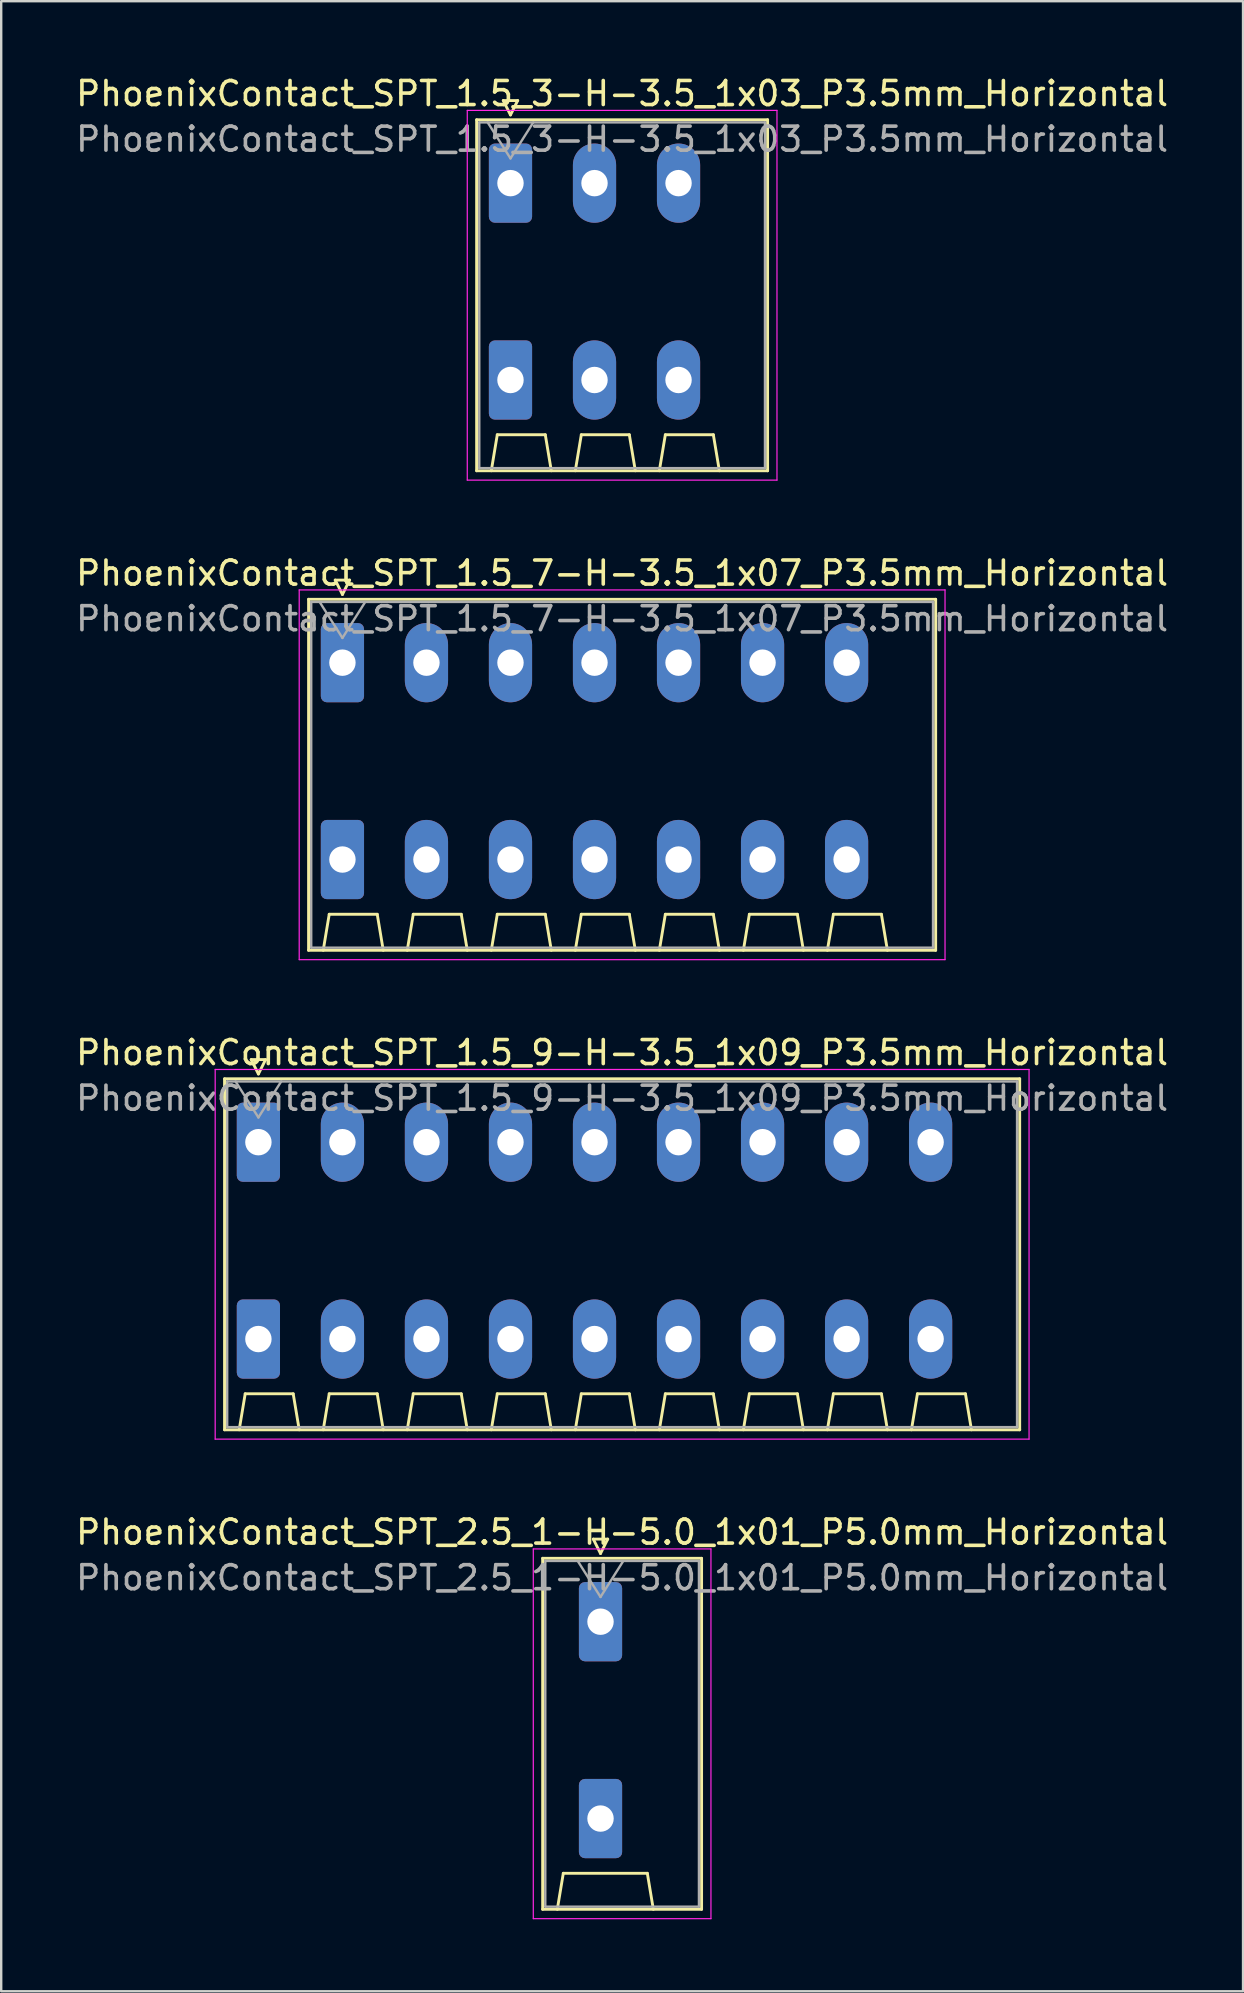
<source format=kicad_pcb>
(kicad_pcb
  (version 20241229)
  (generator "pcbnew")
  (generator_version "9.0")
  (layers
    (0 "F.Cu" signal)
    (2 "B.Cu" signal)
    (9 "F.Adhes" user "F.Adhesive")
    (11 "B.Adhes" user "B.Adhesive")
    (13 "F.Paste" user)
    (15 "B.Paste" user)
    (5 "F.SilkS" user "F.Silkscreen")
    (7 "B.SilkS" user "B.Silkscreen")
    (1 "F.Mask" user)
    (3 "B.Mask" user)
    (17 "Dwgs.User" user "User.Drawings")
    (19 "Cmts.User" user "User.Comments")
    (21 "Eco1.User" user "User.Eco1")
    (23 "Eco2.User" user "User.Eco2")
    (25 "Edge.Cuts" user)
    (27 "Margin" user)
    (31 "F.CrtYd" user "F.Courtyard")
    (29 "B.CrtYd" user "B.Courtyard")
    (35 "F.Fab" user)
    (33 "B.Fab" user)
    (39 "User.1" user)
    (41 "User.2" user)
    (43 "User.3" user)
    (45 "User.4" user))
  (footprint "PhoenixContact_SPT_1.5_3-H-3.5_1x03_P3.5mm_Horizontal"
    (layer "F.Cu")
    (at 18.213 4.578)
    (property "Reference" "PhoenixContact_SPT_1.5_3-H-3.5_1x03_P3.5mm_Horizontal" (at 4.65 -3.73 0) (layer "F.SilkS") (effects (font (size 1 1) (thickness 0.15))))
    (attr through_hole)
    (fp_line (start -1.41 -2.64) (end 10.71 -2.64) (stroke (width 0.12) (type solid)) (layer "F.SilkS"))
    (fp_line (start -1.41 11.98) (end -1.41 -2.64) (stroke (width 0.12) (type solid)) (layer "F.SilkS"))
    (fp_line (start -0.8 11.98) (end -0.55 10.48) (stroke (width 0.12) (type solid)) (layer "F.SilkS"))
    (fp_line (start -0.55 10.48) (end 1.45 10.48) (stroke (width 0.12) (type solid)) (layer "F.SilkS"))
    (fp_line (start -0.3 -3.44) (end 0 -2.84) (stroke (width 0.12) (type solid)) (layer "F.SilkS"))
    (fp_line (start -0.3 -3.44) (end 0.3 -3.44) (stroke (width 0.12) (type solid)) (layer "F.SilkS"))
    (fp_line (start 0.3 -3.44) (end 0 -2.84) (stroke (width 0.12) (type solid)) (layer "F.SilkS"))
    (fp_line (start 1.7 11.98) (end 1.45 10.48) (stroke (width 0.12) (type solid)) (layer "F.SilkS"))
    (fp_line (start 2.7 11.98) (end 2.95 10.48) (stroke (width 0.12) (type solid)) (layer "F.SilkS"))
    (fp_line (start 2.95 10.48) (end 4.95 10.48) (stroke (width 0.12) (type solid)) (layer "F.SilkS"))
    (fp_line (start 5.2 11.98) (end 4.95 10.48) (stroke (width 0.12) (type solid)) (layer "F.SilkS"))
    (fp_line (start 6.2 11.98) (end 6.45 10.48) (stroke (width 0.12) (type solid)) (layer "F.SilkS"))
    (fp_line (start 6.45 10.48) (end 8.45 10.48) (stroke (width 0.12) (type solid)) (layer "F.SilkS"))
    (fp_line (start 8.7 11.98) (end 8.45 10.48) (stroke (width 0.12) (type solid)) (layer "F.SilkS"))
    (fp_line (start 10.71 -2.64) (end 10.71 11.98) (stroke (width 0.12) (type solid)) (layer "F.SilkS"))
    (fp_line (start 10.71 11.98) (end -1.41 11.98) (stroke (width 0.12) (type solid)) (layer "F.SilkS"))
    (fp_line (start -1.8 -3.03) (end -1.8 12.37) (stroke (width 0.05) (type solid)) (layer "F.CrtYd"))
    (fp_line (start -1.8 12.37) (end 11.1 12.37) (stroke (width 0.05) (type solid)) (layer "F.CrtYd"))
    (fp_line (start 11.1 -3.03) (end -1.8 -3.03) (stroke (width 0.05) (type solid)) (layer "F.CrtYd"))
    (fp_line (start 11.1 12.37) (end 11.1 -3.03) (stroke (width 0.05) (type solid)) (layer "F.CrtYd"))
    (fp_line (start -1.3 -2.53) (end -1.3 11.87) (stroke (width 0.1) (type solid)) (layer "F.Fab"))
    (fp_line (start -1.3 11.87) (end 10.6 11.87) (stroke (width 0.1) (type solid)) (layer "F.Fab"))
    (fp_line (start -0.95 -2.53) (end 0 -1.03) (stroke (width 0.1) (type solid)) (layer "F.Fab"))
    (fp_line (start 0.95 -2.53) (end 0 -1.03) (stroke (width 0.1) (type solid)) (layer "F.Fab"))
    (fp_line (start 10.6 -2.53) (end -1.3 -2.53) (stroke (width 0.1) (type solid)) (layer "F.Fab"))
    (fp_line (start 10.6 11.87) (end 10.6 -2.53) (stroke (width 0.1) (type solid)) (layer "F.Fab"))
    (fp_text user "${REFERENCE}" (at 4.65 -1.83 0) (layer "F.Fab") (effects (font (size 1 1) (thickness 0.15))))
    (pad "1" thru_hole roundrect (at 0 0) (size 1.8 3.3) (drill 1.1) (layers "*.Cu" "*.Mask") (roundrect_rratio 0.139))
    (pad "1" thru_hole roundrect (at 0 8.2) (size 1.8 3.3) (drill 1.1) (layers "*.Cu" "*.Mask") (roundrect_rratio 0.139))
    (pad "2" thru_hole oval (at 3.5 0) (size 1.8 3.3) (drill 1.1) (layers "*.Cu" "*.Mask"))
    (pad "2" thru_hole oval (at 3.5 8.2) (size 1.8 3.3) (drill 1.1) (layers "*.Cu" "*.Mask"))
    (pad "3" thru_hole oval (at 7 0) (size 1.8 3.3) (drill 1.1) (layers "*.Cu" "*.Mask"))
    (pad "3" thru_hole oval (at 7 8.2) (size 1.8 3.3) (drill 1.1) (layers "*.Cu" "*.Mask")))
  (footprint "PhoenixContact_SPT_2.5_1-H-5.0_1x01_P5.0mm_Horizontal"
    (layer "F.Cu")
    (at 21.963 64.498)
    (property "Reference" "PhoenixContact_SPT_2.5_1-H-5.0_1x01_P5.0mm_Horizontal" (at 0.9 -3.73 0) (layer "F.SilkS") (effects (font (size 1 1) (thickness 0.15))))
    (attr through_hole)
    (fp_line (start -2.41 -2.64) (end 4.21 -2.64) (stroke (width 0.12) (type solid)) (layer "F.SilkS"))
    (fp_line (start -2.41 11.98) (end -2.41 -2.64) (stroke (width 0.12) (type solid)) (layer "F.SilkS"))
    (fp_line (start -1.8 11.98) (end -1.55 10.48) (stroke (width 0.12) (type solid)) (layer "F.SilkS"))
    (fp_line (start -1.55 10.48) (end 1.95 10.48) (stroke (width 0.12) (type solid)) (layer "F.SilkS"))
    (fp_line (start -0.3 -3.44) (end 0 -2.84) (stroke (width 0.12) (type solid)) (layer "F.SilkS"))
    (fp_line (start -0.3 -3.44) (end 0.3 -3.44) (stroke (width 0.12) (type solid)) (layer "F.SilkS"))
    (fp_line (start 0.3 -3.44) (end 0 -2.84) (stroke (width 0.12) (type solid)) (layer "F.SilkS"))
    (fp_line (start 2.2 11.98) (end 1.95 10.48) (stroke (width 0.12) (type solid)) (layer "F.SilkS"))
    (fp_line (start 4.21 -2.64) (end 4.21 11.98) (stroke (width 0.12) (type solid)) (layer "F.SilkS"))
    (fp_line (start 4.21 11.98) (end -2.41 11.98) (stroke (width 0.12) (type solid)) (layer "F.SilkS"))
    (fp_line (start -2.8 -3.03) (end -2.8 12.37) (stroke (width 0.05) (type solid)) (layer "F.CrtYd"))
    (fp_line (start -2.8 12.37) (end 4.6 12.37) (stroke (width 0.05) (type solid)) (layer "F.CrtYd"))
    (fp_line (start 4.6 -3.03) (end -2.8 -3.03) (stroke (width 0.05) (type solid)) (layer "F.CrtYd"))
    (fp_line (start 4.6 12.37) (end 4.6 -3.03) (stroke (width 0.05) (type solid)) (layer "F.CrtYd"))
    (fp_line (start -2.3 -2.53) (end -2.3 11.87) (stroke (width 0.1) (type solid)) (layer "F.Fab"))
    (fp_line (start -2.3 11.87) (end 4.1 11.87) (stroke (width 0.1) (type solid)) (layer "F.Fab"))
    (fp_line (start -0.95 -2.53) (end 0 -1.03) (stroke (width 0.1) (type solid)) (layer "F.Fab"))
    (fp_line (start 0.95 -2.53) (end 0 -1.03) (stroke (width 0.1) (type solid)) (layer "F.Fab"))
    (fp_line (start 4.1 -2.53) (end -2.3 -2.53) (stroke (width 0.1) (type solid)) (layer "F.Fab"))
    (fp_line (start 4.1 11.87) (end 4.1 -2.53) (stroke (width 0.1) (type solid)) (layer "F.Fab"))
    (fp_text user "${REFERENCE}" (at 0.9 -1.83 0) (layer "F.Fab") (effects (font (size 1 1) (thickness 0.15))))
    (pad "1" thru_hole roundrect (at 0 0) (size 1.8 3.3) (drill 1.1) (layers "*.Cu" "*.Mask") (roundrect_rratio 0.139))
    (pad "1" thru_hole roundrect (at 0 8.2) (size 1.8 3.3) (drill 1.1) (layers "*.Cu" "*.Mask") (roundrect_rratio 0.139)))
  (footprint "PhoenixContact_SPT_1.5_7-H-3.5_1x07_P3.5mm_Horizontal"
    (layer "F.Cu")
    (at 11.213 24.552)
    (property "Reference" "PhoenixContact_SPT_1.5_7-H-3.5_1x07_P3.5mm_Horizontal" (at 11.65 -3.73 0) (layer "F.SilkS") (effects (font (size 1 1) (thickness 0.15))))
    (attr through_hole)
    (fp_line (start -1.41 -2.64) (end 24.71 -2.64) (stroke (width 0.12) (type solid)) (layer "F.SilkS"))
    (fp_line (start -1.41 11.98) (end -1.41 -2.64) (stroke (width 0.12) (type solid)) (layer "F.SilkS"))
    (fp_line (start -0.8 11.98) (end -0.55 10.48) (stroke (width 0.12) (type solid)) (layer "F.SilkS"))
    (fp_line (start -0.55 10.48) (end 1.45 10.48) (stroke (width 0.12) (type solid)) (layer "F.SilkS"))
    (fp_line (start -0.3 -3.44) (end 0 -2.84) (stroke (width 0.12) (type solid)) (layer "F.SilkS"))
    (fp_line (start -0.3 -3.44) (end 0.3 -3.44) (stroke (width 0.12) (type solid)) (layer "F.SilkS"))
    (fp_line (start 0.3 -3.44) (end 0 -2.84) (stroke (width 0.12) (type solid)) (layer "F.SilkS"))
    (fp_line (start 1.7 11.98) (end 1.45 10.48) (stroke (width 0.12) (type solid)) (layer "F.SilkS"))
    (fp_line (start 2.7 11.98) (end 2.95 10.48) (stroke (width 0.12) (type solid)) (layer "F.SilkS"))
    (fp_line (start 2.95 10.48) (end 4.95 10.48) (stroke (width 0.12) (type solid)) (layer "F.SilkS"))
    (fp_line (start 5.2 11.98) (end 4.95 10.48) (stroke (width 0.12) (type solid)) (layer "F.SilkS"))
    (fp_line (start 6.2 11.98) (end 6.45 10.48) (stroke (width 0.12) (type solid)) (layer "F.SilkS"))
    (fp_line (start 6.45 10.48) (end 8.45 10.48) (stroke (width 0.12) (type solid)) (layer "F.SilkS"))
    (fp_line (start 8.7 11.98) (end 8.45 10.48) (stroke (width 0.12) (type solid)) (layer "F.SilkS"))
    (fp_line (start 9.7 11.98) (end 9.95 10.48) (stroke (width 0.12) (type solid)) (layer "F.SilkS"))
    (fp_line (start 9.95 10.48) (end 11.95 10.48) (stroke (width 0.12) (type solid)) (layer "F.SilkS"))
    (fp_line (start 12.2 11.98) (end 11.95 10.48) (stroke (width 0.12) (type solid)) (layer "F.SilkS"))
    (fp_line (start 13.2 11.98) (end 13.45 10.48) (stroke (width 0.12) (type solid)) (layer "F.SilkS"))
    (fp_line (start 13.45 10.48) (end 15.45 10.48) (stroke (width 0.12) (type solid)) (layer "F.SilkS"))
    (fp_line (start 15.7 11.98) (end 15.45 10.48) (stroke (width 0.12) (type solid)) (layer "F.SilkS"))
    (fp_line (start 16.7 11.98) (end 16.95 10.48) (stroke (width 0.12) (type solid)) (layer "F.SilkS"))
    (fp_line (start 16.95 10.48) (end 18.95 10.48) (stroke (width 0.12) (type solid)) (layer "F.SilkS"))
    (fp_line (start 19.2 11.98) (end 18.95 10.48) (stroke (width 0.12) (type solid)) (layer "F.SilkS"))
    (fp_line (start 20.2 11.98) (end 20.45 10.48) (stroke (width 0.12) (type solid)) (layer "F.SilkS"))
    (fp_line (start 20.45 10.48) (end 22.45 10.48) (stroke (width 0.12) (type solid)) (layer "F.SilkS"))
    (fp_line (start 22.7 11.98) (end 22.45 10.48) (stroke (width 0.12) (type solid)) (layer "F.SilkS"))
    (fp_line (start 24.71 -2.64) (end 24.71 11.98) (stroke (width 0.12) (type solid)) (layer "F.SilkS"))
    (fp_line (start 24.71 11.98) (end -1.41 11.98) (stroke (width 0.12) (type solid)) (layer "F.SilkS"))
    (fp_line (start -1.8 -3.03) (end -1.8 12.37) (stroke (width 0.05) (type solid)) (layer "F.CrtYd"))
    (fp_line (start -1.8 12.37) (end 25.1 12.37) (stroke (width 0.05) (type solid)) (layer "F.CrtYd"))
    (fp_line (start 25.1 -3.03) (end -1.8 -3.03) (stroke (width 0.05) (type solid)) (layer "F.CrtYd"))
    (fp_line (start 25.1 12.37) (end 25.1 -3.03) (stroke (width 0.05) (type solid)) (layer "F.CrtYd"))
    (fp_line (start -1.3 -2.53) (end -1.3 11.87) (stroke (width 0.1) (type solid)) (layer "F.Fab"))
    (fp_line (start -1.3 11.87) (end 24.6 11.87) (stroke (width 0.1) (type solid)) (layer "F.Fab"))
    (fp_line (start -0.95 -2.53) (end 0 -1.03) (stroke (width 0.1) (type solid)) (layer "F.Fab"))
    (fp_line (start 0.95 -2.53) (end 0 -1.03) (stroke (width 0.1) (type solid)) (layer "F.Fab"))
    (fp_line (start 24.6 -2.53) (end -1.3 -2.53) (stroke (width 0.1) (type solid)) (layer "F.Fab"))
    (fp_line (start 24.6 11.87) (end 24.6 -2.53) (stroke (width 0.1) (type solid)) (layer "F.Fab"))
    (fp_text user "${REFERENCE}" (at 11.65 -1.83 0) (layer "F.Fab") (effects (font (size 1 1) (thickness 0.15))))
    (pad "1" thru_hole roundrect (at 0 0) (size 1.8 3.3) (drill 1.1) (layers "*.Cu" "*.Mask") (roundrect_rratio 0.139))
    (pad "1" thru_hole roundrect (at 0 8.2) (size 1.8 3.3) (drill 1.1) (layers "*.Cu" "*.Mask") (roundrect_rratio 0.139))
    (pad "2" thru_hole oval (at 3.5 0) (size 1.8 3.3) (drill 1.1) (layers "*.Cu" "*.Mask"))
    (pad "2" thru_hole oval (at 3.5 8.2) (size 1.8 3.3) (drill 1.1) (layers "*.Cu" "*.Mask"))
    (pad "3" thru_hole oval (at 7 0) (size 1.8 3.3) (drill 1.1) (layers "*.Cu" "*.Mask"))
    (pad "3" thru_hole oval (at 7 8.2) (size 1.8 3.3) (drill 1.1) (layers "*.Cu" "*.Mask"))
    (pad "4" thru_hole oval (at 10.5 0) (size 1.8 3.3) (drill 1.1) (layers "*.Cu" "*.Mask"))
    (pad "4" thru_hole oval (at 10.5 8.2) (size 1.8 3.3) (drill 1.1) (layers "*.Cu" "*.Mask"))
    (pad "5" thru_hole oval (at 14 0) (size 1.8 3.3) (drill 1.1) (layers "*.Cu" "*.Mask"))
    (pad "5" thru_hole oval (at 14 8.2) (size 1.8 3.3) (drill 1.1) (layers "*.Cu" "*.Mask"))
    (pad "6" thru_hole oval (at 17.5 0) (size 1.8 3.3) (drill 1.1) (layers "*.Cu" "*.Mask"))
    (pad "6" thru_hole oval (at 17.5 8.2) (size 1.8 3.3) (drill 1.1) (layers "*.Cu" "*.Mask"))
    (pad "7" thru_hole oval (at 21 0) (size 1.8 3.3) (drill 1.1) (layers "*.Cu" "*.Mask"))
    (pad "7" thru_hole oval (at 21 8.2) (size 1.8 3.3) (drill 1.1) (layers "*.Cu" "*.Mask")))
  (footprint "PhoenixContact_SPT_1.5_9-H-3.5_1x09_P3.5mm_Horizontal"
    (layer "F.Cu")
    (at 7.713 44.525)
    (property "Reference" "PhoenixContact_SPT_1.5_9-H-3.5_1x09_P3.5mm_Horizontal" (at 15.15 -3.73 0) (layer "F.SilkS") (effects (font (size 1 1) (thickness 0.15))))
    (attr through_hole)
    (fp_line (start -1.41 -2.64) (end 31.71 -2.64) (stroke (width 0.12) (type solid)) (layer "F.SilkS"))
    (fp_line (start -1.41 11.98) (end -1.41 -2.64) (stroke (width 0.12) (type solid)) (layer "F.SilkS"))
    (fp_line (start -0.8 11.98) (end -0.55 10.48) (stroke (width 0.12) (type solid)) (layer "F.SilkS"))
    (fp_line (start -0.55 10.48) (end 1.45 10.48) (stroke (width 0.12) (type solid)) (layer "F.SilkS"))
    (fp_line (start -0.3 -3.44) (end 0 -2.84) (stroke (width 0.12) (type solid)) (layer "F.SilkS"))
    (fp_line (start -0.3 -3.44) (end 0.3 -3.44) (stroke (width 0.12) (type solid)) (layer "F.SilkS"))
    (fp_line (start 0.3 -3.44) (end 0 -2.84) (stroke (width 0.12) (type solid)) (layer "F.SilkS"))
    (fp_line (start 1.7 11.98) (end 1.45 10.48) (stroke (width 0.12) (type solid)) (layer "F.SilkS"))
    (fp_line (start 2.7 11.98) (end 2.95 10.48) (stroke (width 0.12) (type solid)) (layer "F.SilkS"))
    (fp_line (start 2.95 10.48) (end 4.95 10.48) (stroke (width 0.12) (type solid)) (layer "F.SilkS"))
    (fp_line (start 5.2 11.98) (end 4.95 10.48) (stroke (width 0.12) (type solid)) (layer "F.SilkS"))
    (fp_line (start 6.2 11.98) (end 6.45 10.48) (stroke (width 0.12) (type solid)) (layer "F.SilkS"))
    (fp_line (start 6.45 10.48) (end 8.45 10.48) (stroke (width 0.12) (type solid)) (layer "F.SilkS"))
    (fp_line (start 8.7 11.98) (end 8.45 10.48) (stroke (width 0.12) (type solid)) (layer "F.SilkS"))
    (fp_line (start 9.7 11.98) (end 9.95 10.48) (stroke (width 0.12) (type solid)) (layer "F.SilkS"))
    (fp_line (start 9.95 10.48) (end 11.95 10.48) (stroke (width 0.12) (type solid)) (layer "F.SilkS"))
    (fp_line (start 12.2 11.98) (end 11.95 10.48) (stroke (width 0.12) (type solid)) (layer "F.SilkS"))
    (fp_line (start 13.2 11.98) (end 13.45 10.48) (stroke (width 0.12) (type solid)) (layer "F.SilkS"))
    (fp_line (start 13.45 10.48) (end 15.45 10.48) (stroke (width 0.12) (type solid)) (layer "F.SilkS"))
    (fp_line (start 15.7 11.98) (end 15.45 10.48) (stroke (width 0.12) (type solid)) (layer "F.SilkS"))
    (fp_line (start 16.7 11.98) (end 16.95 10.48) (stroke (width 0.12) (type solid)) (layer "F.SilkS"))
    (fp_line (start 16.95 10.48) (end 18.95 10.48) (stroke (width 0.12) (type solid)) (layer "F.SilkS"))
    (fp_line (start 19.2 11.98) (end 18.95 10.48) (stroke (width 0.12) (type solid)) (layer "F.SilkS"))
    (fp_line (start 20.2 11.98) (end 20.45 10.48) (stroke (width 0.12) (type solid)) (layer "F.SilkS"))
    (fp_line (start 20.45 10.48) (end 22.45 10.48) (stroke (width 0.12) (type solid)) (layer "F.SilkS"))
    (fp_line (start 22.7 11.98) (end 22.45 10.48) (stroke (width 0.12) (type solid)) (layer "F.SilkS"))
    (fp_line (start 23.7 11.98) (end 23.95 10.48) (stroke (width 0.12) (type solid)) (layer "F.SilkS"))
    (fp_line (start 23.95 10.48) (end 25.95 10.48) (stroke (width 0.12) (type solid)) (layer "F.SilkS"))
    (fp_line (start 26.2 11.98) (end 25.95 10.48) (stroke (width 0.12) (type solid)) (layer "F.SilkS"))
    (fp_line (start 27.2 11.98) (end 27.45 10.48) (stroke (width 0.12) (type solid)) (layer "F.SilkS"))
    (fp_line (start 27.45 10.48) (end 29.45 10.48) (stroke (width 0.12) (type solid)) (layer "F.SilkS"))
    (fp_line (start 29.7 11.98) (end 29.45 10.48) (stroke (width 0.12) (type solid)) (layer "F.SilkS"))
    (fp_line (start 31.71 -2.64) (end 31.71 11.98) (stroke (width 0.12) (type solid)) (layer "F.SilkS"))
    (fp_line (start 31.71 11.98) (end -1.41 11.98) (stroke (width 0.12) (type solid)) (layer "F.SilkS"))
    (fp_line (start -1.8 -3.03) (end -1.8 12.37) (stroke (width 0.05) (type solid)) (layer "F.CrtYd"))
    (fp_line (start -1.8 12.37) (end 32.1 12.37) (stroke (width 0.05) (type solid)) (layer "F.CrtYd"))
    (fp_line (start 32.1 -3.03) (end -1.8 -3.03) (stroke (width 0.05) (type solid)) (layer "F.CrtYd"))
    (fp_line (start 32.1 12.37) (end 32.1 -3.03) (stroke (width 0.05) (type solid)) (layer "F.CrtYd"))
    (fp_line (start -1.3 -2.53) (end -1.3 11.87) (stroke (width 0.1) (type solid)) (layer "F.Fab"))
    (fp_line (start -1.3 11.87) (end 31.6 11.87) (stroke (width 0.1) (type solid)) (layer "F.Fab"))
    (fp_line (start -0.95 -2.53) (end 0 -1.03) (stroke (width 0.1) (type solid)) (layer "F.Fab"))
    (fp_line (start 0.95 -2.53) (end 0 -1.03) (stroke (width 0.1) (type solid)) (layer "F.Fab"))
    (fp_line (start 31.6 -2.53) (end -1.3 -2.53) (stroke (width 0.1) (type solid)) (layer "F.Fab"))
    (fp_line (start 31.6 11.87) (end 31.6 -2.53) (stroke (width 0.1) (type solid)) (layer "F.Fab"))
    (fp_text user "${REFERENCE}" (at 15.15 -1.83 0) (layer "F.Fab") (effects (font (size 1 1) (thickness 0.15))))
    (pad "1" thru_hole roundrect (at 0 0) (size 1.8 3.3) (drill 1.1) (layers "*.Cu" "*.Mask") (roundrect_rratio 0.139))
    (pad "1" thru_hole roundrect (at 0 8.2) (size 1.8 3.3) (drill 1.1) (layers "*.Cu" "*.Mask") (roundrect_rratio 0.139))
    (pad "2" thru_hole oval (at 3.5 0) (size 1.8 3.3) (drill 1.1) (layers "*.Cu" "*.Mask"))
    (pad "2" thru_hole oval (at 3.5 8.2) (size 1.8 3.3) (drill 1.1) (layers "*.Cu" "*.Mask"))
    (pad "3" thru_hole oval (at 7 0) (size 1.8 3.3) (drill 1.1) (layers "*.Cu" "*.Mask"))
    (pad "3" thru_hole oval (at 7 8.2) (size 1.8 3.3) (drill 1.1) (layers "*.Cu" "*.Mask"))
    (pad "4" thru_hole oval (at 10.5 0) (size 1.8 3.3) (drill 1.1) (layers "*.Cu" "*.Mask"))
    (pad "4" thru_hole oval (at 10.5 8.2) (size 1.8 3.3) (drill 1.1) (layers "*.Cu" "*.Mask"))
    (pad "5" thru_hole oval (at 14 0) (size 1.8 3.3) (drill 1.1) (layers "*.Cu" "*.Mask"))
    (pad "5" thru_hole oval (at 14 8.2) (size 1.8 3.3) (drill 1.1) (layers "*.Cu" "*.Mask"))
    (pad "6" thru_hole oval (at 17.5 0) (size 1.8 3.3) (drill 1.1) (layers "*.Cu" "*.Mask"))
    (pad "6" thru_hole oval (at 17.5 8.2) (size 1.8 3.3) (drill 1.1) (layers "*.Cu" "*.Mask"))
    (pad "7" thru_hole oval (at 21 0) (size 1.8 3.3) (drill 1.1) (layers "*.Cu" "*.Mask"))
    (pad "7" thru_hole oval (at 21 8.2) (size 1.8 3.3) (drill 1.1) (layers "*.Cu" "*.Mask"))
    (pad "8" thru_hole oval (at 24.5 0) (size 1.8 3.3) (drill 1.1) (layers "*.Cu" "*.Mask"))
    (pad "8" thru_hole oval (at 24.5 8.2) (size 1.8 3.3) (drill 1.1) (layers "*.Cu" "*.Mask"))
    (pad "9" thru_hole oval (at 28 0) (size 1.8 3.3) (drill 1.1) (layers "*.Cu" "*.Mask"))
    (pad "9" thru_hole oval (at 28 8.2) (size 1.8 3.3) (drill 1.1) (layers "*.Cu" "*.Mask")))
  (gr_rect
    (start -3 -3)
    (end 48.726 79.893)
    (stroke (width 0.1) (type default))
    (fill no)
    (layer "Edge.Cuts")))
</source>
